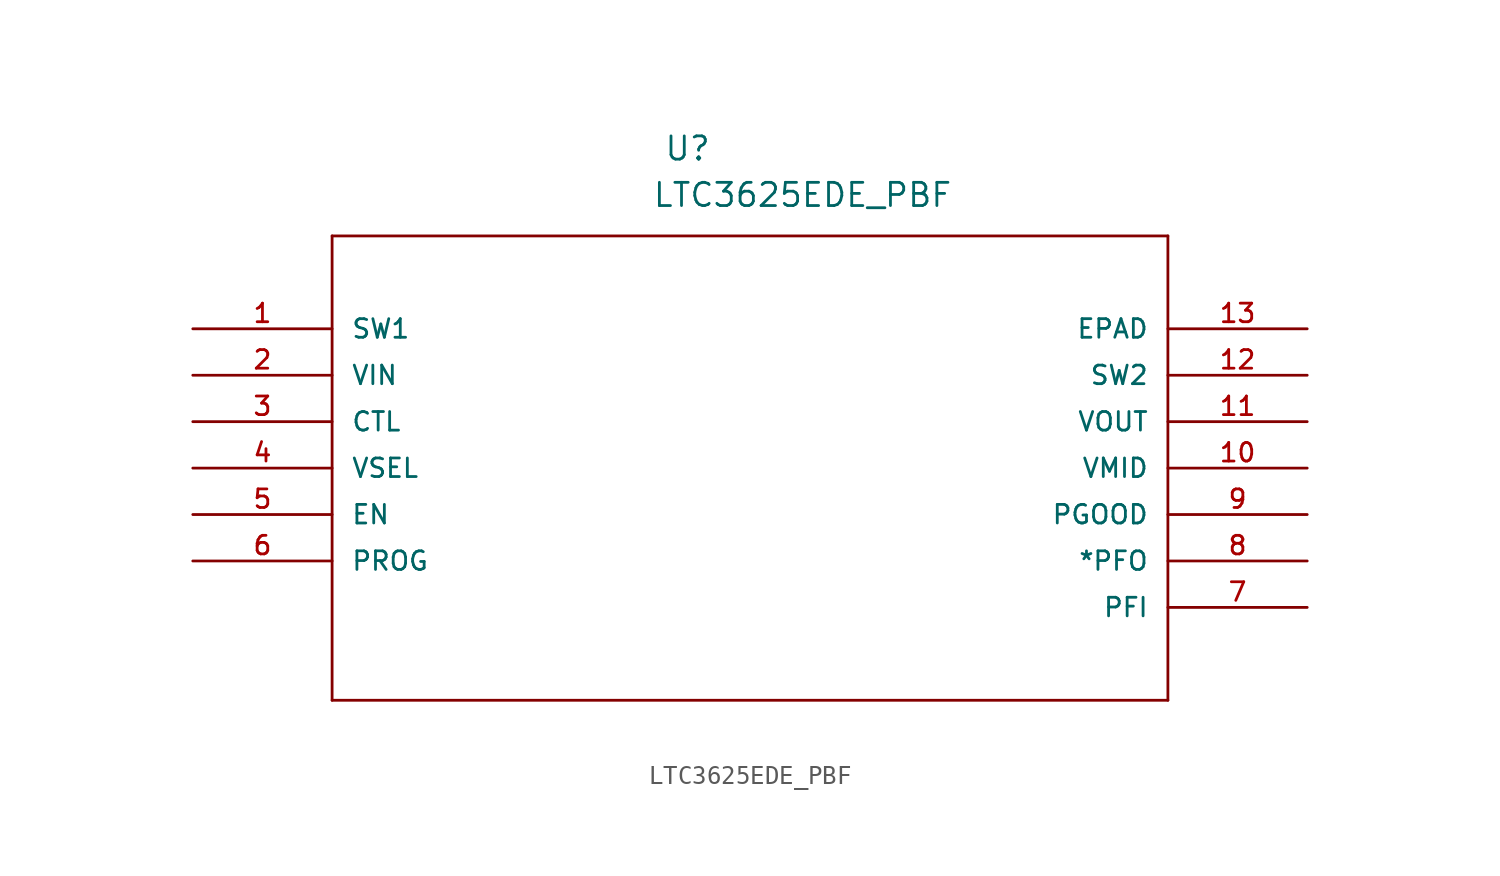
<source format=kicad_sym>
(kicad_symbol_lib
  (version 20211014)
  (generator kicad_symbol_editor)
  (symbol "LTC3625EDE_PBF"
    (pin_names
      (offset 1.016))
    (property "Reference" "U"
      (at 25.756 9.119 0.0)
      (effects (font (size 1.27 1.27)) (justify bottom left)))
    (property "Value" "LTC3625EDE_PBF"
      (at 25.121 6.579 0.0)
      (effects (font (size 1.27 1.27)) (justify bottom left)))
    (symbol "LTC3625EDE_PBF_0_0"
      (polyline (pts (xy 7.62 5.08) (xy 7.62 -20.32)) (stroke (width 0.152)))
      (polyline (pts (xy 7.62 -20.32) (xy 53.34 -20.32)) (stroke (width 0.152)))
      (polyline (pts (xy 53.34 -20.32) (xy 53.34 5.08)) (stroke (width 0.152)))
      (polyline (pts (xy 53.34 5.08) (xy 7.62 5.08)) (stroke (width 0.152)))
      (pin passive line (at 0.0 0.0 0) (length 7.62) (name "SW1" (effects (font (size 1.016 1.016)))) (number "1" (effects (font (size 1.016 1.016)))))
      (pin input line (at 0.0 -2.54 0) (length 7.62) (name "VIN" (effects (font (size 1.016 1.016)))) (number "2" (effects (font (size 1.016 1.016)))))
      (pin input line (at 0.0 -5.08 0) (length 7.62) (name "CTL" (effects (font (size 1.016 1.016)))) (number "3" (effects (font (size 1.016 1.016)))))
      (pin input line (at 0.0 -7.62 0) (length 7.62) (name "VSEL" (effects (font (size 1.016 1.016)))) (number "4" (effects (font (size 1.016 1.016)))))
      (pin input line (at 0.0 -10.16 0) (length 7.62) (name "EN" (effects (font (size 1.016 1.016)))) (number "5" (effects (font (size 1.016 1.016)))))
      (pin output line (at 0.0 -12.7 0) (length 7.62) (name "PROG" (effects (font (size 1.016 1.016)))) (number "6" (effects (font (size 1.016 1.016)))))
      (pin input line (at 60.96 -15.24 180.0) (length 7.62) (name "PFI" (effects (font (size 1.016 1.016)))) (number "7" (effects (font (size 1.016 1.016)))))
      (pin output line (at 60.96 -12.7 180.0) (length 7.62) (name "*PFO" (effects (font (size 1.016 1.016)))) (number "8" (effects (font (size 1.016 1.016)))))
      (pin output line (at 60.96 -10.16 180.0) (length 7.62) (name "PGOOD" (effects (font (size 1.016 1.016)))) (number "9" (effects (font (size 1.016 1.016)))))
      (pin passive line (at 60.96 -7.62 180.0) (length 7.62) (name "VMID" (effects (font (size 1.016 1.016)))) (number "10" (effects (font (size 1.016 1.016)))))
      (pin output line (at 60.96 -5.08 180.0) (length 7.62) (name "VOUT" (effects (font (size 1.016 1.016)))) (number "11" (effects (font (size 1.016 1.016)))))
      (pin passive line (at 60.96 -2.54 180.0) (length 7.62) (name "SW2" (effects (font (size 1.016 1.016)))) (number "12" (effects (font (size 1.016 1.016)))))
      (pin passive line (at 60.96 0.0 180.0) (length 7.62) (name "EPAD" (effects (font (size 1.016 1.016)))) (number "13" (effects (font (size 1.016 1.016))))))))
</source>
